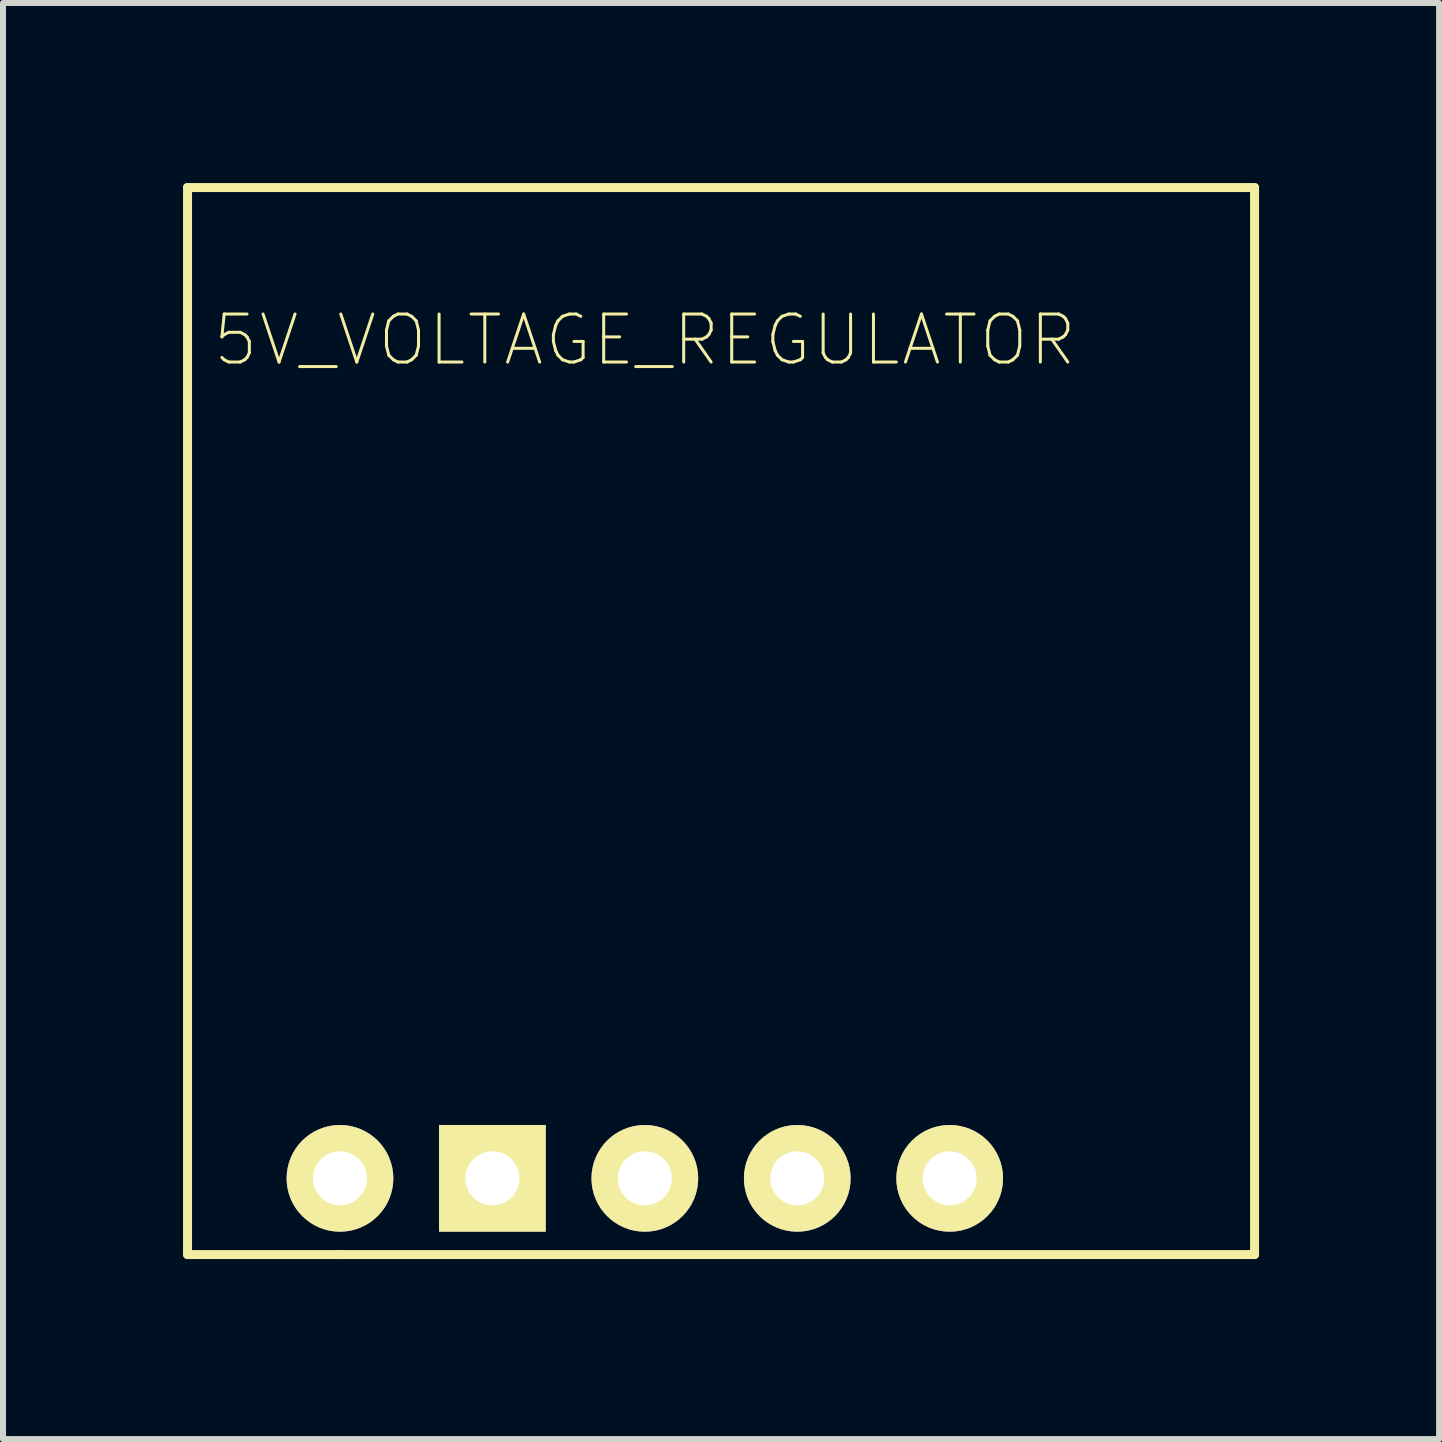
<source format=kicad_pcb>
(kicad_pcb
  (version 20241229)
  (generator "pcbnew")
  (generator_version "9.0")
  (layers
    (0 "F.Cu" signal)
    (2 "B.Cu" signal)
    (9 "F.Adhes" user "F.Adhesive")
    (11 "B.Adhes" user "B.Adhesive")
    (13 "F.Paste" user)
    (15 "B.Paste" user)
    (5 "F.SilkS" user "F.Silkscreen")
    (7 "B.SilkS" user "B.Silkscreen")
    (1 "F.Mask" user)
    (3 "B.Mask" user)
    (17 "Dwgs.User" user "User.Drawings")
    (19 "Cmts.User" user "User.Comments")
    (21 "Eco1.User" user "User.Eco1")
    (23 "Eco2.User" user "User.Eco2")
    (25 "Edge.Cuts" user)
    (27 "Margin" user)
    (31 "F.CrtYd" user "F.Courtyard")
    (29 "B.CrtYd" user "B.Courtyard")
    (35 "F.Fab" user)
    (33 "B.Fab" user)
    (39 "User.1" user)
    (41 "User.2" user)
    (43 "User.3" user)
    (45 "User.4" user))
  (footprint "5V_VOLTAGE_REGULATOR"
    (layer "F.Cu")
    (at 7.695 10.235)
    (property "Reference" "5V_VOLTAGE_REGULATOR" (at 0 -7.62 180) (layer "F.SilkS") (effects (font (size 0.8 0.8) (thickness 0.05))))
    (attr through_hole)
    (fp_line (start -7.62 -10.16) (end 10.16 -10.16) (stroke (width 0.15) (type solid)) (layer "F.SilkS"))
    (fp_line (start -7.62 7.62) (end -7.62 -10.16) (stroke (width 0.15) (type solid)) (layer "F.SilkS"))
    (fp_line (start -7.62 7.62) (end -5.08 7.62) (stroke (width 0.15) (type solid)) (layer "F.SilkS"))
    (fp_line (start -5.08 7.62) (end 10.16 7.62) (stroke (width 0.15) (type solid)) (layer "F.SilkS"))
    (fp_line (start 10.16 -10.16) (end 10.16 7.62) (stroke (width 0.15) (type solid)) (layer "F.SilkS"))
    (pad "GND" thru_hole rect (at -2.54 6.35) (size 1.778 1.778) (drill 0.9) (layers "*.Cu" "*.Mask" "F.SilkS"))
    (pad "PG" thru_hole circle (at 5.08 6.35) (size 1.778 1.778) (drill 0.9) (layers "*.Cu" "*.Mask" "F.SilkS"))
    (pad "SHDN" thru_hole circle (at 2.54 6.35) (size 1.778 1.778) (drill 0.9) (layers "*.Cu" "*.Mask" "F.SilkS"))
    (pad "VIN" thru_hole circle (at 0 6.35) (size 1.778 1.778) (drill 0.9) (layers "*.Cu" "*.Mask" "F.SilkS"))
    (pad "VOUT" thru_hole circle (at -5.08 6.35) (size 1.778 1.778) (drill 0.9) (layers "*.Cu" "*.Mask" "F.SilkS")))
  (gr_rect
    (start -3 -3)
    (end 20.93 20.93)
    (stroke (width 0.1) (type default))
    (fill no)
    (layer "Edge.Cuts")))
</source>
